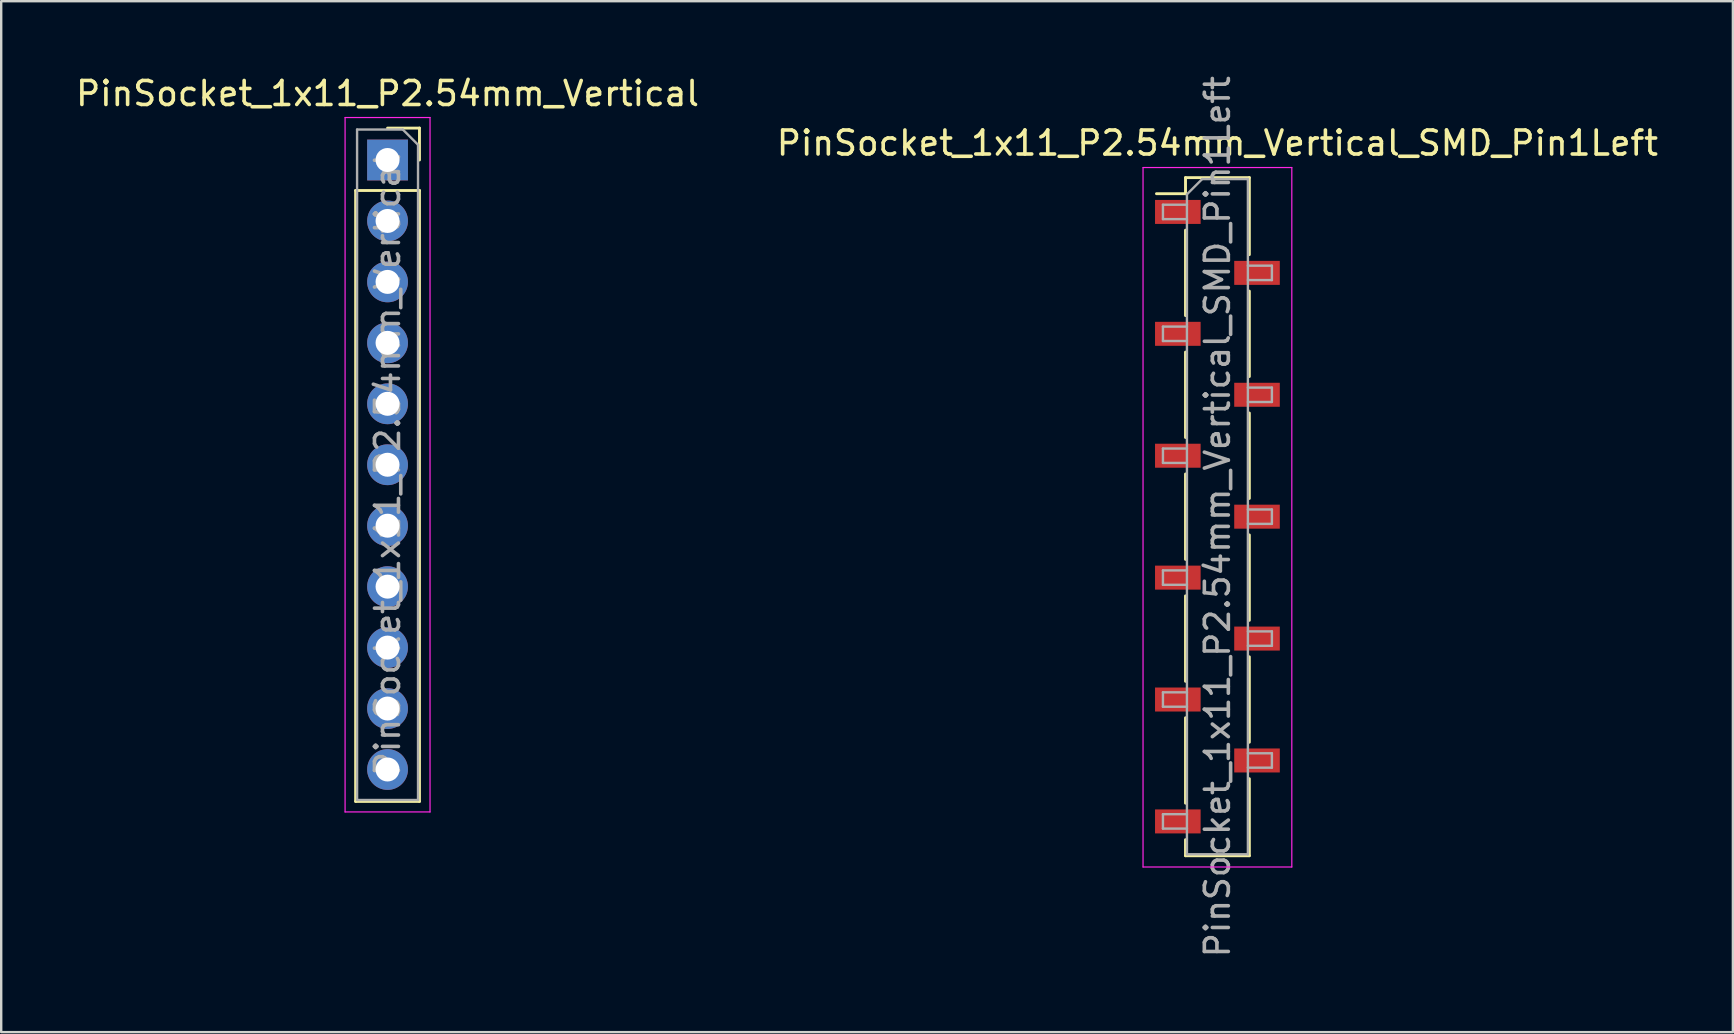
<source format=kicad_pcb>
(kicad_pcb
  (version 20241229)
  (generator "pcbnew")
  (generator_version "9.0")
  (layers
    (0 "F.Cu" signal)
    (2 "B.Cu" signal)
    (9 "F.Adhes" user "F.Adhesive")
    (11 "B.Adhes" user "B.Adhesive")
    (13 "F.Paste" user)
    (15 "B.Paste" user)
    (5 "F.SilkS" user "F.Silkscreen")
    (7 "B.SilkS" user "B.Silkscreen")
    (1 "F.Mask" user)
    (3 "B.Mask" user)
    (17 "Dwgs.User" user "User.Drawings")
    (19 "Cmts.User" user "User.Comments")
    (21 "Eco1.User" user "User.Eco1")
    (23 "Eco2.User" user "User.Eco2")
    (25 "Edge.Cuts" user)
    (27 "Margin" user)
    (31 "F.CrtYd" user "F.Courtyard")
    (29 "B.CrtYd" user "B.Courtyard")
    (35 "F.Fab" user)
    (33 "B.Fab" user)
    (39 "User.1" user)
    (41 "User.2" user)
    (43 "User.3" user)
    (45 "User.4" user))
  (footprint "PinSocket_1x11_P2.54mm_Vertical"
    (layer "F.Cu")
    (at 13.101 3.618)
    (property "Reference" "PinSocket_1x11_P2.54mm_Vertical" (at 0 -2.77 0) (layer "F.SilkS") (effects (font (size 1 1) (thickness 0.15))))
    (attr through_hole)
    (fp_line (start -1.33 1.27) (end -1.33 26.73) (stroke (width 0.12) (type solid)) (layer "F.SilkS"))
    (fp_line (start -1.33 1.27) (end 1.33 1.27) (stroke (width 0.12) (type solid)) (layer "F.SilkS"))
    (fp_line (start -1.33 26.73) (end 1.33 26.73) (stroke (width 0.12) (type solid)) (layer "F.SilkS"))
    (fp_line (start 0 -1.33) (end 1.33 -1.33) (stroke (width 0.12) (type solid)) (layer "F.SilkS"))
    (fp_line (start 1.33 -1.33) (end 1.33 0) (stroke (width 0.12) (type solid)) (layer "F.SilkS"))
    (fp_line (start 1.33 1.27) (end 1.33 26.73) (stroke (width 0.12) (type solid)) (layer "F.SilkS"))
    (fp_line (start -1.77 -1.77) (end 1.77 -1.77) (stroke (width 0.05) (type solid)) (layer "F.CrtYd"))
    (fp_line (start -1.77 27.17) (end -1.77 -1.77) (stroke (width 0.05) (type solid)) (layer "F.CrtYd"))
    (fp_line (start 1.77 -1.77) (end 1.77 27.17) (stroke (width 0.05) (type solid)) (layer "F.CrtYd"))
    (fp_line (start 1.77 27.17) (end -1.77 27.17) (stroke (width 0.05) (type solid)) (layer "F.CrtYd"))
    (fp_line (start -1.27 -1.27) (end 0.635 -1.27) (stroke (width 0.1) (type solid)) (layer "F.Fab"))
    (fp_line (start -1.27 26.67) (end -1.27 -1.27) (stroke (width 0.1) (type solid)) (layer "F.Fab"))
    (fp_line (start 0.635 -1.27) (end 1.27 -0.635) (stroke (width 0.1) (type solid)) (layer "F.Fab"))
    (fp_line (start 1.27 -0.635) (end 1.27 26.67) (stroke (width 0.1) (type solid)) (layer "F.Fab"))
    (fp_line (start 1.27 26.67) (end -1.27 26.67) (stroke (width 0.1) (type solid)) (layer "F.Fab"))
    (fp_text user "${REFERENCE}" (at 0 12.7 90) (layer "F.Fab") (effects (font (size 1 1) (thickness 0.15))))
    (pad "1" thru_hole rect (at 0 0) (size 1.7 1.7) (drill 1) (layers "*.Cu" "*.Mask"))
    (pad "2" thru_hole circle (at 0 2.54) (size 1.7 1.7) (drill 1) (layers "*.Cu" "*.Mask"))
    (pad "3" thru_hole circle (at 0 5.08) (size 1.7 1.7) (drill 1) (layers "*.Cu" "*.Mask"))
    (pad "4" thru_hole circle (at 0 7.62) (size 1.7 1.7) (drill 1) (layers "*.Cu" "*.Mask"))
    (pad "5" thru_hole circle (at 0 10.16) (size 1.7 1.7) (drill 1) (layers "*.Cu" "*.Mask"))
    (pad "6" thru_hole circle (at 0 12.7) (size 1.7 1.7) (drill 1) (layers "*.Cu" "*.Mask"))
    (pad "7" thru_hole circle (at 0 15.24) (size 1.7 1.7) (drill 1) (layers "*.Cu" "*.Mask"))
    (pad "8" thru_hole circle (at 0 17.78) (size 1.7 1.7) (drill 1) (layers "*.Cu" "*.Mask"))
    (pad "9" thru_hole circle (at 0 20.32) (size 1.7 1.7) (drill 1) (layers "*.Cu" "*.Mask"))
    (pad "10" thru_hole circle (at 0 22.86) (size 1.7 1.7) (drill 1) (layers "*.Cu" "*.Mask"))
    (pad "11" thru_hole circle (at 0 25.4) (size 1.7 1.7) (drill 1) (layers "*.Cu" "*.Mask")))
  (footprint "PinSocket_1x11_P2.54mm_Vertical_SMD_Pin1Left"
    (layer "F.Cu")
    (at 47.685 18.482)
    (property "Reference" "PinSocket_1x11_P2.54mm_Vertical_SMD_Pin1Left" (at 0 -15.57 0) (layer "F.SilkS") (effects (font (size 1 1) (thickness 0.15))))
    (attr smd)
    (fp_line (start -2.54 -13.46) (end -1.33 -13.46) (stroke (width 0.12) (type solid)) (layer "F.SilkS"))
    (fp_line (start -1.33 -14.13) (end -1.33 -13.46) (stroke (width 0.12) (type solid)) (layer "F.SilkS"))
    (fp_line (start -1.33 -14.13) (end 1.33 -14.13) (stroke (width 0.12) (type solid)) (layer "F.SilkS"))
    (fp_line (start -1.33 -11.94) (end -1.33 -8.38) (stroke (width 0.12) (type solid)) (layer "F.SilkS"))
    (fp_line (start -1.33 -6.86) (end -1.33 -3.3) (stroke (width 0.12) (type solid)) (layer "F.SilkS"))
    (fp_line (start -1.33 -1.78) (end -1.33 1.78) (stroke (width 0.12) (type solid)) (layer "F.SilkS"))
    (fp_line (start -1.33 3.3) (end -1.33 6.86) (stroke (width 0.12) (type solid)) (layer "F.SilkS"))
    (fp_line (start -1.33 8.38) (end -1.33 11.94) (stroke (width 0.12) (type solid)) (layer "F.SilkS"))
    (fp_line (start -1.33 13.46) (end -1.33 14.13) (stroke (width 0.12) (type solid)) (layer "F.SilkS"))
    (fp_line (start -1.33 14.13) (end 1.33 14.13) (stroke (width 0.12) (type solid)) (layer "F.SilkS"))
    (fp_line (start 1.33 -14.13) (end 1.33 -10.92) (stroke (width 0.12) (type solid)) (layer "F.SilkS"))
    (fp_line (start 1.33 -9.4) (end 1.33 -5.84) (stroke (width 0.12) (type solid)) (layer "F.SilkS"))
    (fp_line (start 1.33 -4.32) (end 1.33 -0.76) (stroke (width 0.12) (type solid)) (layer "F.SilkS"))
    (fp_line (start 1.33 0.76) (end 1.33 4.32) (stroke (width 0.12) (type solid)) (layer "F.SilkS"))
    (fp_line (start 1.33 5.84) (end 1.33 9.4) (stroke (width 0.12) (type solid)) (layer "F.SilkS"))
    (fp_line (start 1.33 10.92) (end 1.33 14.13) (stroke (width 0.12) (type solid)) (layer "F.SilkS"))
    (fp_line (start -3.1 -14.55) (end 3.1 -14.55) (stroke (width 0.05) (type solid)) (layer "F.CrtYd"))
    (fp_line (start -3.1 14.6) (end -3.1 -14.55) (stroke (width 0.05) (type solid)) (layer "F.CrtYd"))
    (fp_line (start 3.1 -14.55) (end 3.1 14.6) (stroke (width 0.05) (type solid)) (layer "F.CrtYd"))
    (fp_line (start 3.1 14.6) (end -3.1 14.6) (stroke (width 0.05) (type solid)) (layer "F.CrtYd"))
    (fp_line (start -2.27 -13) (end -1.27 -13) (stroke (width 0.1) (type solid)) (layer "F.Fab"))
    (fp_line (start -2.27 -12.4) (end -2.27 -13) (stroke (width 0.1) (type solid)) (layer "F.Fab"))
    (fp_line (start -2.27 -7.92) (end -1.27 -7.92) (stroke (width 0.1) (type solid)) (layer "F.Fab"))
    (fp_line (start -2.27 -7.32) (end -2.27 -7.92) (stroke (width 0.1) (type solid)) (layer "F.Fab"))
    (fp_line (start -2.27 -2.84) (end -1.27 -2.84) (stroke (width 0.1) (type solid)) (layer "F.Fab"))
    (fp_line (start -2.27 -2.24) (end -2.27 -2.84) (stroke (width 0.1) (type solid)) (layer "F.Fab"))
    (fp_line (start -2.27 2.24) (end -1.27 2.24) (stroke (width 0.1) (type solid)) (layer "F.Fab"))
    (fp_line (start -2.27 2.84) (end -2.27 2.24) (stroke (width 0.1) (type solid)) (layer "F.Fab"))
    (fp_line (start -2.27 7.32) (end -1.27 7.32) (stroke (width 0.1) (type solid)) (layer "F.Fab"))
    (fp_line (start -2.27 7.92) (end -2.27 7.32) (stroke (width 0.1) (type solid)) (layer "F.Fab"))
    (fp_line (start -2.27 12.4) (end -1.27 12.4) (stroke (width 0.1) (type solid)) (layer "F.Fab"))
    (fp_line (start -2.27 13) (end -2.27 12.4) (stroke (width 0.1) (type solid)) (layer "F.Fab"))
    (fp_line (start -1.27 -13.435) (end -0.635 -14.07) (stroke (width 0.1) (type solid)) (layer "F.Fab"))
    (fp_line (start -1.27 -12.4) (end -2.27 -12.4) (stroke (width 0.1) (type solid)) (layer "F.Fab"))
    (fp_line (start -1.27 -7.32) (end -2.27 -7.32) (stroke (width 0.1) (type solid)) (layer "F.Fab"))
    (fp_line (start -1.27 -2.24) (end -2.27 -2.24) (stroke (width 0.1) (type solid)) (layer "F.Fab"))
    (fp_line (start -1.27 2.84) (end -2.27 2.84) (stroke (width 0.1) (type solid)) (layer "F.Fab"))
    (fp_line (start -1.27 7.92) (end -2.27 7.92) (stroke (width 0.1) (type solid)) (layer "F.Fab"))
    (fp_line (start -1.27 13) (end -2.27 13) (stroke (width 0.1) (type solid)) (layer "F.Fab"))
    (fp_line (start -1.27 14.07) (end -1.27 -13.435) (stroke (width 0.1) (type solid)) (layer "F.Fab"))
    (fp_line (start -0.635 -14.07) (end 1.27 -14.07) (stroke (width 0.1) (type solid)) (layer "F.Fab"))
    (fp_line (start 1.27 -14.07) (end 1.27 14.07) (stroke (width 0.1) (type solid)) (layer "F.Fab"))
    (fp_line (start 1.27 -10.46) (end 2.27 -10.46) (stroke (width 0.1) (type solid)) (layer "F.Fab"))
    (fp_line (start 1.27 -5.38) (end 2.27 -5.38) (stroke (width 0.1) (type solid)) (layer "F.Fab"))
    (fp_line (start 1.27 -0.3) (end 2.27 -0.3) (stroke (width 0.1) (type solid)) (layer "F.Fab"))
    (fp_line (start 1.27 4.78) (end 2.27 4.78) (stroke (width 0.1) (type solid)) (layer "F.Fab"))
    (fp_line (start 1.27 9.86) (end 2.27 9.86) (stroke (width 0.1) (type solid)) (layer "F.Fab"))
    (fp_line (start 1.27 14.07) (end -1.27 14.07) (stroke (width 0.1) (type solid)) (layer "F.Fab"))
    (fp_line (start 2.27 -10.46) (end 2.27 -9.86) (stroke (width 0.1) (type solid)) (layer "F.Fab"))
    (fp_line (start 2.27 -9.86) (end 1.27 -9.86) (stroke (width 0.1) (type solid)) (layer "F.Fab"))
    (fp_line (start 2.27 -5.38) (end 2.27 -4.78) (stroke (width 0.1) (type solid)) (layer "F.Fab"))
    (fp_line (start 2.27 -4.78) (end 1.27 -4.78) (stroke (width 0.1) (type solid)) (layer "F.Fab"))
    (fp_line (start 2.27 -0.3) (end 2.27 0.3) (stroke (width 0.1) (type solid)) (layer "F.Fab"))
    (fp_line (start 2.27 0.3) (end 1.27 0.3) (stroke (width 0.1) (type solid)) (layer "F.Fab"))
    (fp_line (start 2.27 4.78) (end 2.27 5.38) (stroke (width 0.1) (type solid)) (layer "F.Fab"))
    (fp_line (start 2.27 5.38) (end 1.27 5.38) (stroke (width 0.1) (type solid)) (layer "F.Fab"))
    (fp_line (start 2.27 9.86) (end 2.27 10.46) (stroke (width 0.1) (type solid)) (layer "F.Fab"))
    (fp_line (start 2.27 10.46) (end 1.27 10.46) (stroke (width 0.1) (type solid)) (layer "F.Fab"))
    (fp_text user "${REFERENCE}" (at 0 0 90) (layer "F.Fab") (effects (font (size 1 1) (thickness 0.15))))
    (pad "1" smd rect (at -1.65 -12.7) (size 1.9 1) (layers "F.Cu" "F.Mask" "F.Paste"))
    (pad "2" smd rect (at 1.65 -10.16) (size 1.9 1) (layers "F.Cu" "F.Mask" "F.Paste"))
    (pad "3" smd rect (at -1.65 -7.62) (size 1.9 1) (layers "F.Cu" "F.Mask" "F.Paste"))
    (pad "4" smd rect (at 1.65 -5.08) (size 1.9 1) (layers "F.Cu" "F.Mask" "F.Paste"))
    (pad "5" smd rect (at -1.65 -2.54) (size 1.9 1) (layers "F.Cu" "F.Mask" "F.Paste"))
    (pad "6" smd rect (at 1.65 0) (size 1.9 1) (layers "F.Cu" "F.Mask" "F.Paste"))
    (pad "7" smd rect (at -1.65 2.54) (size 1.9 1) (layers "F.Cu" "F.Mask" "F.Paste"))
    (pad "8" smd rect (at 1.65 5.08) (size 1.9 1) (layers "F.Cu" "F.Mask" "F.Paste"))
    (pad "9" smd rect (at -1.65 7.62) (size 1.9 1) (layers "F.Cu" "F.Mask" "F.Paste"))
    (pad "10" smd rect (at 1.65 10.16) (size 1.9 1) (layers "F.Cu" "F.Mask" "F.Paste"))
    (pad "11" smd rect (at -1.65 12.7) (size 1.9 1) (layers "F.Cu" "F.Mask" "F.Paste")))
  (gr_rect
    (start -3 -3)
    (end 69.167 39.964)
    (stroke (width 0.1) (type default))
    (fill no)
    (layer "Edge.Cuts")))
</source>
